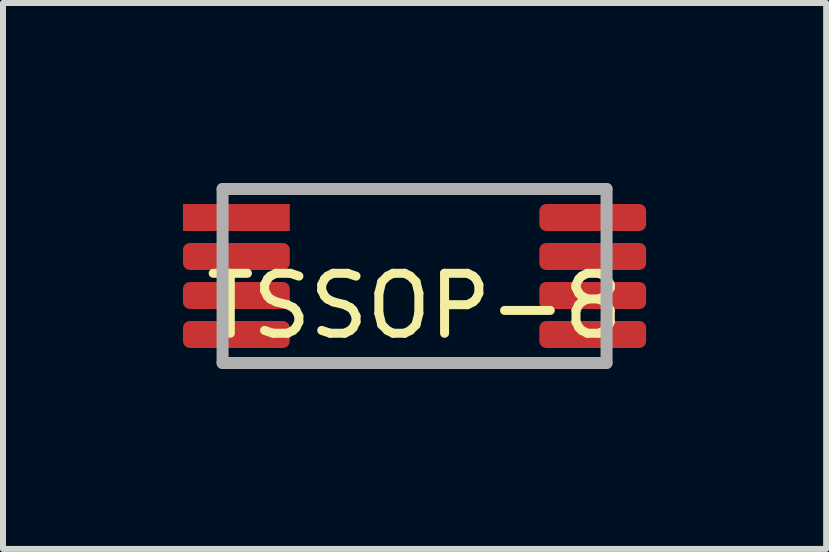
<source format=kicad_pcb>
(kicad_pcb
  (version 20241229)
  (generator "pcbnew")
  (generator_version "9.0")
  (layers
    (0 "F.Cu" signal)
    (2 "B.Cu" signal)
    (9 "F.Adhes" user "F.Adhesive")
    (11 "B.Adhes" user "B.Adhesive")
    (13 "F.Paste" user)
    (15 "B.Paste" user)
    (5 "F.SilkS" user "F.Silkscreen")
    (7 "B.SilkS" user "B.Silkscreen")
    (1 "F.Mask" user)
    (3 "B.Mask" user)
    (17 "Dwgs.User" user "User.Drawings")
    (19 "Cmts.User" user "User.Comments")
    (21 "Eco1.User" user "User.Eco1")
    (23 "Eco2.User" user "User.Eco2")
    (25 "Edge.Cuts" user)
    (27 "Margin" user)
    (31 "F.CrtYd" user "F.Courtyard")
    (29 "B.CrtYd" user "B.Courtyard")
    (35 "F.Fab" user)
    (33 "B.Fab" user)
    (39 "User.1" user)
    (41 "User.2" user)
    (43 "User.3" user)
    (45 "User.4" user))
  (footprint "TSSOP-8"
    (layer "F.Cu")
    (at 3.86 1.55)
    (property "Reference" "TSSOP-8" (at 0 0.5 0) (layer "F.SilkS") (effects (font (size 1 1) (thickness 0.15))))
    (attr through_hole)
    (fp_line (start -3.2 -1.45) (end -3.2 1.45) (stroke (width 0.2) (type solid)) (layer "F.Fab"))
    (fp_line (start -3.2 -1.45) (end 3.2 -1.45) (stroke (width 0.2) (type solid)) (layer "F.Fab"))
    (fp_line (start -3.2 1.45) (end 3.2 1.45) (stroke (width 0.2) (type solid)) (layer "F.Fab"))
    (fp_line (start 3.2 -1.45) (end 3.2 1.45) (stroke (width 0.2) (type solid)) (layer "F.Fab"))
    (pad "1" smd rect (at -2.97 -0.975) (size 1.78 0.45) (layers "F.Cu" "F.Mask" "F.Paste"))
    (pad "2" smd roundrect (at -2.97 -0.325) (size 1.78 0.45) (layers "F.Cu" "F.Mask" "F.Paste") (roundrect_rratio 0.25))
    (pad "3" smd roundrect (at -2.97 0.325) (size 1.78 0.45) (layers "F.Cu" "F.Mask" "F.Paste") (roundrect_rratio 0.25))
    (pad "4" smd roundrect (at -2.97 0.975) (size 1.78 0.45) (layers "F.Cu" "F.Mask" "F.Paste") (roundrect_rratio 0.25))
    (pad "5" smd roundrect (at 2.97 0.975) (size 1.78 0.45) (layers "F.Cu" "F.Mask" "F.Paste") (roundrect_rratio 0.25))
    (pad "6" smd roundrect (at 2.97 0.325) (size 1.78 0.45) (layers "F.Cu" "F.Mask" "F.Paste") (roundrect_rratio 0.25))
    (pad "7" smd roundrect (at 2.97 -0.325) (size 1.78 0.45) (layers "F.Cu" "F.Mask" "F.Paste") (roundrect_rratio 0.25))
    (pad "8" smd roundrect (at 2.97 -0.975) (size 1.78 0.45) (layers "F.Cu" "F.Mask" "F.Paste") (roundrect_rratio 0.25)))
  (gr_rect
    (start -3 -3)
    (end 10.72 6.1)
    (stroke (width 0.1) (type default))
    (fill no)
    (layer "Edge.Cuts")))
</source>
